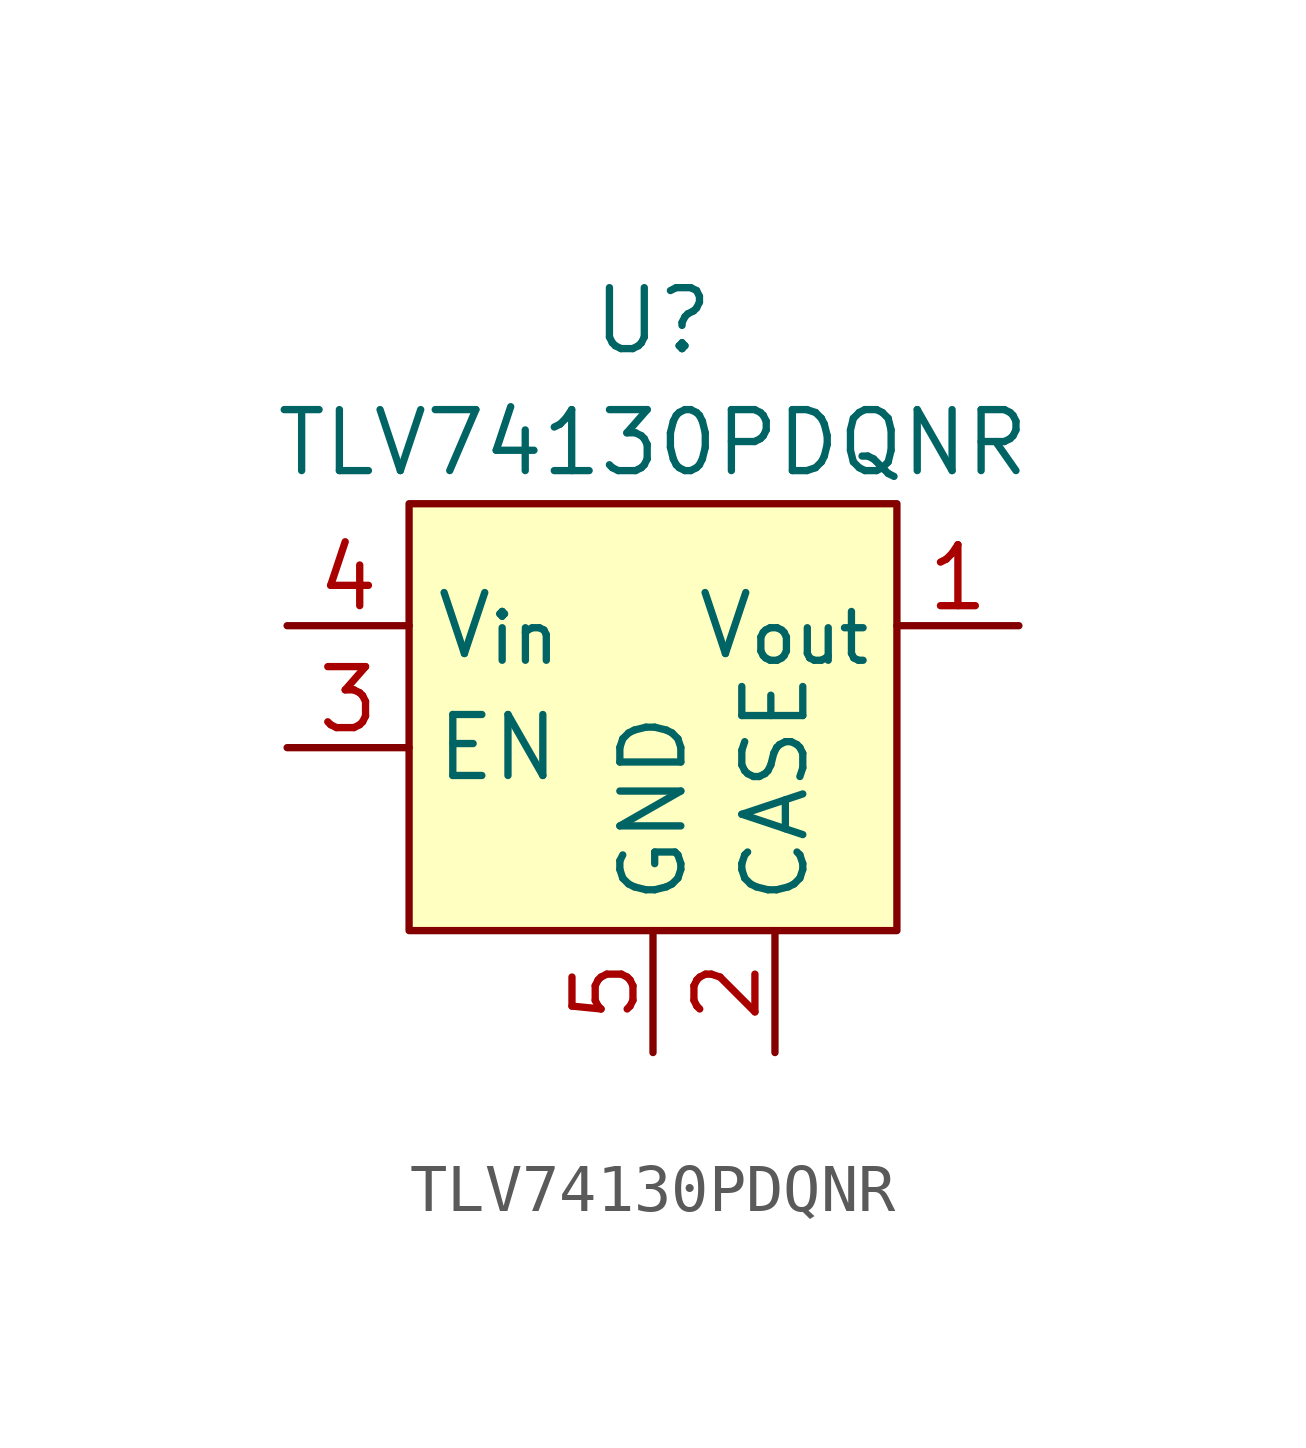
<source format=kicad_sym>
(kicad_symbol_lib
  (version 20220914)
  (generator kicad_symbol_editor)
  (symbol "TLV74130PDQNR"
    (property "Reference" "U"
      (at 0 2.54 0)
      (effects (font (size 1.27 1.27))))
    (property "Value" "TLV74130PDQNR"
      (at 0 0 0)
      (effects (font (size 1.27 1.27))))
    (symbol "TLV74130PDQNR_1_1"
      (rectangle (start -5.08 -1.27) (end 5.08 -10.16) (stroke (width 0) (type default)) (fill (type background)))
      (pin power_out line (at 7.62 -3.81 180) (length 2.54) (name "V_{out}" (effects (font (size 1.27 1.27)))) (number "1" (effects (font (size 1.27 1.27)))))
      (pin power_in line (at 2.54 -12.7 90) (length 2.54) (name "CASE" (effects (font (size 1.27 1.27)))) (number "2" (effects (font (size 1.27 1.27)))))
      (pin input line (at -7.62 -6.35 0) (length 2.54) (name "EN" (effects (font (size 1.27 1.27)))) (number "3" (effects (font (size 1.27 1.27)))))
      (pin power_in line (at -7.62 -3.81 0) (length 2.54) (name "V_{in}" (effects (font (size 1.27 1.27)))) (number "4" (effects (font (size 1.27 1.27)))))
      (pin power_in line (at 0 -12.7 90) (length 2.54) (name "GND" (effects (font (size 1.27 1.27)))) (number "5" (effects (font (size 1.27 1.27))))))))
</source>
